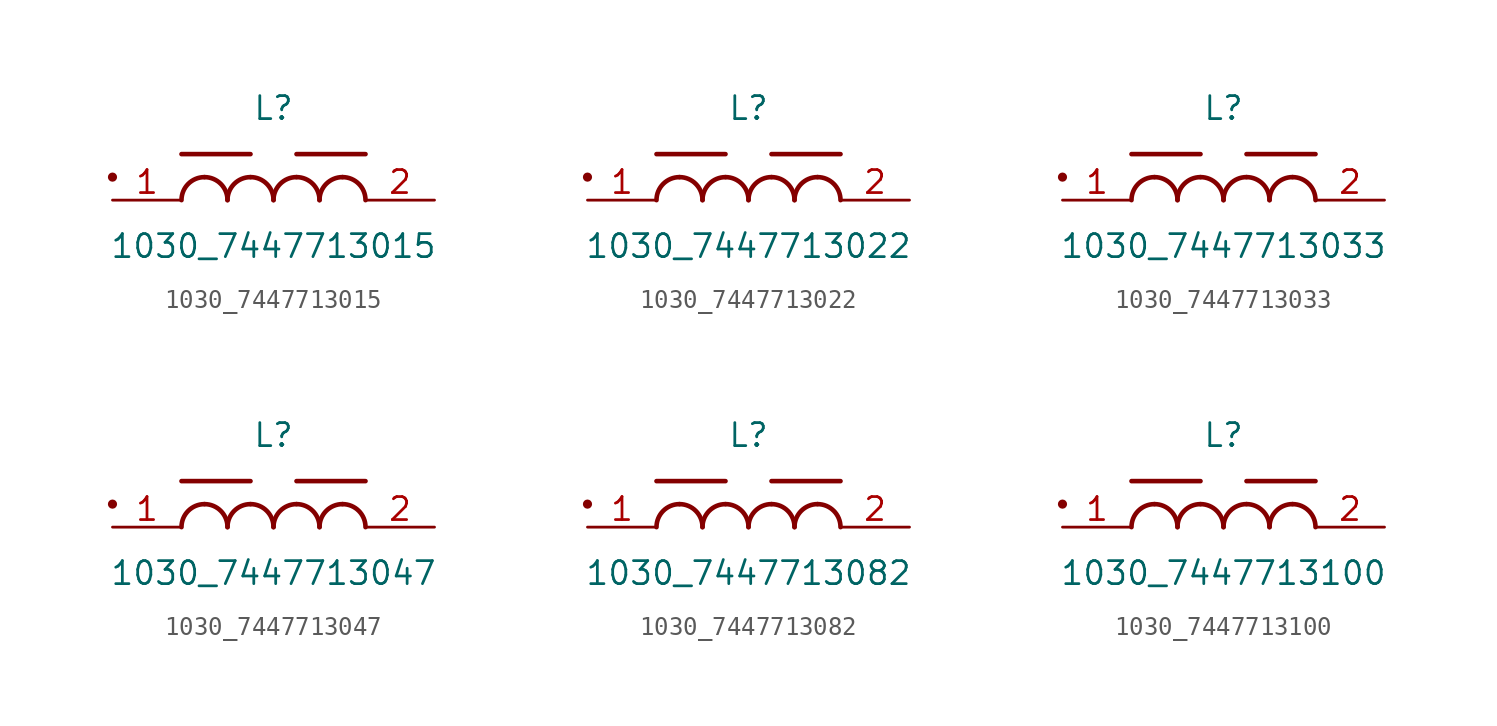
<source format=kicad_sym>
(kicad_symbol_lib
  (version 20211014)
  (generator kicad_symbol_editor)
  (symbol "Inductor_Wurth_WE-PD:1030_7447713015"
    (pin_names hide)
    (property "Reference" "L"
      (at 0 5.08 0)
      (effects (font (size 1.27 1.27))))
    (property "Value" "1030_7447713015"
      (at 0 -2.54 0)
      (effects (font (size 1.27 1.27))))
    (symbol "1030_7447713015_0_1"
      (circle (center -8.89 1.27) (radius 0.0001) (stroke (width 0.254)) (stroke (width 0.254) (type default) (color 0 0 0 0)) (fill (type none)))
      (arc (start -3.81 1.27) (mid -4.708 0.898) (end -5.08 0) (stroke (width 0.254) (type default) (color 0 0 0 0)) (fill (type none)))
      (arc (start -2.54 0) (mid -2.912 0.898) (end -3.81 1.27) (stroke (width 0.254) (type default) (color 0 0 0 0)) (fill (type none)))
      (arc (start -1.2699 1.2701) (mid -2.1679 0.8981) (end -2.5399 0.0001) (stroke (width 0.254) (type default) (color 0 0 0 0)) (fill (type none)))
      (polyline (pts (xy -5.08 2.54) (xy -1.27 2.54)) (stroke (width 0.254) (type default) (color 0 0 0 0)) (fill (type none)))
      (polyline (pts (xy 5.08 2.54) (xy 1.27 2.54)) (stroke (width 0.254) (type default) (color 0 0 0 0)) (fill (type none)))
      (arc (start 0.0001 0.0001) (mid -0.3719 0.8981) (end -1.2699 1.2701) (stroke (width 0.254) (type default) (color 0 0 0 0)) (fill (type none)))
      (arc (start 1.2701 1.2701) (mid 0.3721 0.8981) (end 0.0001 0.0001) (stroke (width 0.254) (type default) (color 0 0 0 0)) (fill (type none)))
      (arc (start 2.5401 0.0001) (mid 2.1681 0.8981) (end 1.2701 1.2701) (stroke (width 0.254) (type default) (color 0 0 0 0)) (fill (type none)))
      (arc (start 3.8101 1.2701) (mid 2.9121 0.8981) (end 2.5401 0.0001) (stroke (width 0.254) (type default) (color 0 0 0 0)) (fill (type none)))
      (arc (start 5.0801 0.0001) (mid 4.7081 0.8981) (end 3.8101 1.2701) (stroke (width 0.254) (type default) (color 0 0 0 0)) (fill (type none))))
    (symbol "1030_7447713015_1_1"
      (pin passive line (at -8.89 0 0) (length 3.81) (name "1" (effects (font (size 1.27 1.27)))) (number "1" (effects (font (size 1.27 1.27)))))
      (pin passive line (at 8.89 0 180) (length 3.81) (name "2" (effects (font (size 1.27 1.27)))) (number "2" (effects (font (size 1.27 1.27)))))))
  (symbol "Inductor_Wurth_WE-PD:1030_7447713022"
    (pin_names hide)
    (property "Reference" "L"
      (at 0 5.08 0)
      (effects (font (size 1.27 1.27))))
    (property "Value" "1030_7447713022"
      (at 0 -2.54 0)
      (effects (font (size 1.27 1.27))))
    (symbol "1030_7447713022_0_1"
      (circle (center -8.89 1.27) (radius 0.0001) (stroke (width 0.254)) (stroke (width 0.254) (type default) (color 0 0 0 0)) (fill (type none)))
      (arc (start -3.81 1.27) (mid -4.708 0.898) (end -5.08 0) (stroke (width 0.254) (type default) (color 0 0 0 0)) (fill (type none)))
      (arc (start -2.54 0) (mid -2.912 0.898) (end -3.81 1.27) (stroke (width 0.254) (type default) (color 0 0 0 0)) (fill (type none)))
      (arc (start -1.2699 1.2701) (mid -2.1679 0.8981) (end -2.5399 0.0001) (stroke (width 0.254) (type default) (color 0 0 0 0)) (fill (type none)))
      (polyline (pts (xy -5.08 2.54) (xy -1.27 2.54)) (stroke (width 0.254) (type default) (color 0 0 0 0)) (fill (type none)))
      (polyline (pts (xy 5.08 2.54) (xy 1.27 2.54)) (stroke (width 0.254) (type default) (color 0 0 0 0)) (fill (type none)))
      (arc (start 0.0001 0.0001) (mid -0.3719 0.8981) (end -1.2699 1.2701) (stroke (width 0.254) (type default) (color 0 0 0 0)) (fill (type none)))
      (arc (start 1.2701 1.2701) (mid 0.3721 0.8981) (end 0.0001 0.0001) (stroke (width 0.254) (type default) (color 0 0 0 0)) (fill (type none)))
      (arc (start 2.5401 0.0001) (mid 2.1681 0.8981) (end 1.2701 1.2701) (stroke (width 0.254) (type default) (color 0 0 0 0)) (fill (type none)))
      (arc (start 3.8101 1.2701) (mid 2.9121 0.8981) (end 2.5401 0.0001) (stroke (width 0.254) (type default) (color 0 0 0 0)) (fill (type none)))
      (arc (start 5.0801 0.0001) (mid 4.7081 0.8981) (end 3.8101 1.2701) (stroke (width 0.254) (type default) (color 0 0 0 0)) (fill (type none))))
    (symbol "1030_7447713022_1_1"
      (pin passive line (at -8.89 0 0) (length 3.81) (name "1" (effects (font (size 1.27 1.27)))) (number "1" (effects (font (size 1.27 1.27)))))
      (pin passive line (at 8.89 0 180) (length 3.81) (name "2" (effects (font (size 1.27 1.27)))) (number "2" (effects (font (size 1.27 1.27)))))))
  (symbol "Inductor_Wurth_WE-PD:1030_7447713033"
    (pin_names hide)
    (property "Reference" "L"
      (at 0 5.08 0)
      (effects (font (size 1.27 1.27))))
    (property "Value" "1030_7447713033"
      (at 0 -2.54 0)
      (effects (font (size 1.27 1.27))))
    (symbol "1030_7447713033_0_1"
      (circle (center -8.89 1.27) (radius 0.0001) (stroke (width 0.254)) (stroke (width 0.254) (type default) (color 0 0 0 0)) (fill (type none)))
      (arc (start -3.81 1.27) (mid -4.708 0.898) (end -5.08 0) (stroke (width 0.254) (type default) (color 0 0 0 0)) (fill (type none)))
      (arc (start -2.54 0) (mid -2.912 0.898) (end -3.81 1.27) (stroke (width 0.254) (type default) (color 0 0 0 0)) (fill (type none)))
      (arc (start -1.2699 1.2701) (mid -2.1679 0.8981) (end -2.5399 0.0001) (stroke (width 0.254) (type default) (color 0 0 0 0)) (fill (type none)))
      (polyline (pts (xy -5.08 2.54) (xy -1.27 2.54)) (stroke (width 0.254) (type default) (color 0 0 0 0)) (fill (type none)))
      (polyline (pts (xy 5.08 2.54) (xy 1.27 2.54)) (stroke (width 0.254) (type default) (color 0 0 0 0)) (fill (type none)))
      (arc (start 0.0001 0.0001) (mid -0.3719 0.8981) (end -1.2699 1.2701) (stroke (width 0.254) (type default) (color 0 0 0 0)) (fill (type none)))
      (arc (start 1.2701 1.2701) (mid 0.3721 0.8981) (end 0.0001 0.0001) (stroke (width 0.254) (type default) (color 0 0 0 0)) (fill (type none)))
      (arc (start 2.5401 0.0001) (mid 2.1681 0.8981) (end 1.2701 1.2701) (stroke (width 0.254) (type default) (color 0 0 0 0)) (fill (type none)))
      (arc (start 3.8101 1.2701) (mid 2.9121 0.8981) (end 2.5401 0.0001) (stroke (width 0.254) (type default) (color 0 0 0 0)) (fill (type none)))
      (arc (start 5.0801 0.0001) (mid 4.7081 0.8981) (end 3.8101 1.2701) (stroke (width 0.254) (type default) (color 0 0 0 0)) (fill (type none))))
    (symbol "1030_7447713033_1_1"
      (pin passive line (at -8.89 0 0) (length 3.81) (name "1" (effects (font (size 1.27 1.27)))) (number "1" (effects (font (size 1.27 1.27)))))
      (pin passive line (at 8.89 0 180) (length 3.81) (name "2" (effects (font (size 1.27 1.27)))) (number "2" (effects (font (size 1.27 1.27)))))))
  (symbol "Inductor_Wurth_WE-PD:1030_7447713047"
    (pin_names hide)
    (property "Reference" "L"
      (at 0 5.08 0)
      (effects (font (size 1.27 1.27))))
    (property "Value" "1030_7447713047"
      (at 0 -2.54 0)
      (effects (font (size 1.27 1.27))))
    (symbol "1030_7447713047_0_1"
      (circle (center -8.89 1.27) (radius 0.0001) (stroke (width 0.254)) (stroke (width 0.254) (type default) (color 0 0 0 0)) (fill (type none)))
      (arc (start -3.81 1.27) (mid -4.708 0.898) (end -5.08 0) (stroke (width 0.254) (type default) (color 0 0 0 0)) (fill (type none)))
      (arc (start -2.54 0) (mid -2.912 0.898) (end -3.81 1.27) (stroke (width 0.254) (type default) (color 0 0 0 0)) (fill (type none)))
      (arc (start -1.2699 1.2701) (mid -2.1679 0.8981) (end -2.5399 0.0001) (stroke (width 0.254) (type default) (color 0 0 0 0)) (fill (type none)))
      (polyline (pts (xy -5.08 2.54) (xy -1.27 2.54)) (stroke (width 0.254) (type default) (color 0 0 0 0)) (fill (type none)))
      (polyline (pts (xy 5.08 2.54) (xy 1.27 2.54)) (stroke (width 0.254) (type default) (color 0 0 0 0)) (fill (type none)))
      (arc (start 0.0001 0.0001) (mid -0.3719 0.8981) (end -1.2699 1.2701) (stroke (width 0.254) (type default) (color 0 0 0 0)) (fill (type none)))
      (arc (start 1.2701 1.2701) (mid 0.3721 0.8981) (end 0.0001 0.0001) (stroke (width 0.254) (type default) (color 0 0 0 0)) (fill (type none)))
      (arc (start 2.5401 0.0001) (mid 2.1681 0.8981) (end 1.2701 1.2701) (stroke (width 0.254) (type default) (color 0 0 0 0)) (fill (type none)))
      (arc (start 3.8101 1.2701) (mid 2.9121 0.8981) (end 2.5401 0.0001) (stroke (width 0.254) (type default) (color 0 0 0 0)) (fill (type none)))
      (arc (start 5.0801 0.0001) (mid 4.7081 0.8981) (end 3.8101 1.2701) (stroke (width 0.254) (type default) (color 0 0 0 0)) (fill (type none))))
    (symbol "1030_7447713047_1_1"
      (pin passive line (at -8.89 0 0) (length 3.81) (name "1" (effects (font (size 1.27 1.27)))) (number "1" (effects (font (size 1.27 1.27)))))
      (pin passive line (at 8.89 0 180) (length 3.81) (name "2" (effects (font (size 1.27 1.27)))) (number "2" (effects (font (size 1.27 1.27)))))))
  (symbol "Inductor_Wurth_WE-PD:1030_7447713082"
    (pin_names hide)
    (property "Reference" "L"
      (at 0 5.08 0)
      (effects (font (size 1.27 1.27))))
    (property "Value" "1030_7447713082"
      (at 0 -2.54 0)
      (effects (font (size 1.27 1.27))))
    (symbol "1030_7447713082_0_1"
      (circle (center -8.89 1.27) (radius 0.0001) (stroke (width 0.254)) (stroke (width 0.254) (type default) (color 0 0 0 0)) (fill (type none)))
      (arc (start -3.81 1.27) (mid -4.708 0.898) (end -5.08 0) (stroke (width 0.254) (type default) (color 0 0 0 0)) (fill (type none)))
      (arc (start -2.54 0) (mid -2.912 0.898) (end -3.81 1.27) (stroke (width 0.254) (type default) (color 0 0 0 0)) (fill (type none)))
      (arc (start -1.2699 1.2701) (mid -2.1679 0.8981) (end -2.5399 0.0001) (stroke (width 0.254) (type default) (color 0 0 0 0)) (fill (type none)))
      (polyline (pts (xy -5.08 2.54) (xy -1.27 2.54)) (stroke (width 0.254) (type default) (color 0 0 0 0)) (fill (type none)))
      (polyline (pts (xy 5.08 2.54) (xy 1.27 2.54)) (stroke (width 0.254) (type default) (color 0 0 0 0)) (fill (type none)))
      (arc (start 0.0001 0.0001) (mid -0.3719 0.8981) (end -1.2699 1.2701) (stroke (width 0.254) (type default) (color 0 0 0 0)) (fill (type none)))
      (arc (start 1.2701 1.2701) (mid 0.3721 0.8981) (end 0.0001 0.0001) (stroke (width 0.254) (type default) (color 0 0 0 0)) (fill (type none)))
      (arc (start 2.5401 0.0001) (mid 2.1681 0.8981) (end 1.2701 1.2701) (stroke (width 0.254) (type default) (color 0 0 0 0)) (fill (type none)))
      (arc (start 3.8101 1.2701) (mid 2.9121 0.8981) (end 2.5401 0.0001) (stroke (width 0.254) (type default) (color 0 0 0 0)) (fill (type none)))
      (arc (start 5.0801 0.0001) (mid 4.7081 0.8981) (end 3.8101 1.2701) (stroke (width 0.254) (type default) (color 0 0 0 0)) (fill (type none))))
    (symbol "1030_7447713082_1_1"
      (pin passive line (at -8.89 0 0) (length 3.81) (name "1" (effects (font (size 1.27 1.27)))) (number "1" (effects (font (size 1.27 1.27)))))
      (pin passive line (at 8.89 0 180) (length 3.81) (name "2" (effects (font (size 1.27 1.27)))) (number "2" (effects (font (size 1.27 1.27)))))))
  (symbol "Inductor_Wurth_WE-PD:1030_7447713100"
    (pin_names hide)
    (property "Reference" "L"
      (at 0 5.08 0)
      (effects (font (size 1.27 1.27))))
    (property "Value" "1030_7447713100"
      (at 0 -2.54 0)
      (effects (font (size 1.27 1.27))))
    (symbol "1030_7447713100_0_1"
      (circle (center -8.89 1.27) (radius 0.0001) (stroke (width 0.254)) (stroke (width 0.254) (type default) (color 0 0 0 0)) (fill (type none)))
      (arc (start -3.81 1.27) (mid -4.708 0.898) (end -5.08 0) (stroke (width 0.254) (type default) (color 0 0 0 0)) (fill (type none)))
      (arc (start -2.54 0) (mid -2.912 0.898) (end -3.81 1.27) (stroke (width 0.254) (type default) (color 0 0 0 0)) (fill (type none)))
      (arc (start -1.2699 1.2701) (mid -2.1679 0.8981) (end -2.5399 0.0001) (stroke (width 0.254) (type default) (color 0 0 0 0)) (fill (type none)))
      (polyline (pts (xy -5.08 2.54) (xy -1.27 2.54)) (stroke (width 0.254) (type default) (color 0 0 0 0)) (fill (type none)))
      (polyline (pts (xy 5.08 2.54) (xy 1.27 2.54)) (stroke (width 0.254) (type default) (color 0 0 0 0)) (fill (type none)))
      (arc (start 0.0001 0.0001) (mid -0.3719 0.8981) (end -1.2699 1.2701) (stroke (width 0.254) (type default) (color 0 0 0 0)) (fill (type none)))
      (arc (start 1.2701 1.2701) (mid 0.3721 0.8981) (end 0.0001 0.0001) (stroke (width 0.254) (type default) (color 0 0 0 0)) (fill (type none)))
      (arc (start 2.5401 0.0001) (mid 2.1681 0.8981) (end 1.2701 1.2701) (stroke (width 0.254) (type default) (color 0 0 0 0)) (fill (type none)))
      (arc (start 3.8101 1.2701) (mid 2.9121 0.8981) (end 2.5401 0.0001) (stroke (width 0.254) (type default) (color 0 0 0 0)) (fill (type none)))
      (arc (start 5.0801 0.0001) (mid 4.7081 0.8981) (end 3.8101 1.2701) (stroke (width 0.254) (type default) (color 0 0 0 0)) (fill (type none))))
    (symbol "1030_7447713100_1_1"
      (pin passive line (at -8.89 0 0) (length 3.81) (name "1" (effects (font (size 1.27 1.27)))) (number "1" (effects (font (size 1.27 1.27)))))
      (pin passive line (at 8.89 0 180) (length 3.81) (name "2" (effects (font (size 1.27 1.27)))) (number "2" (effects (font (size 1.27 1.27))))))))
</source>
